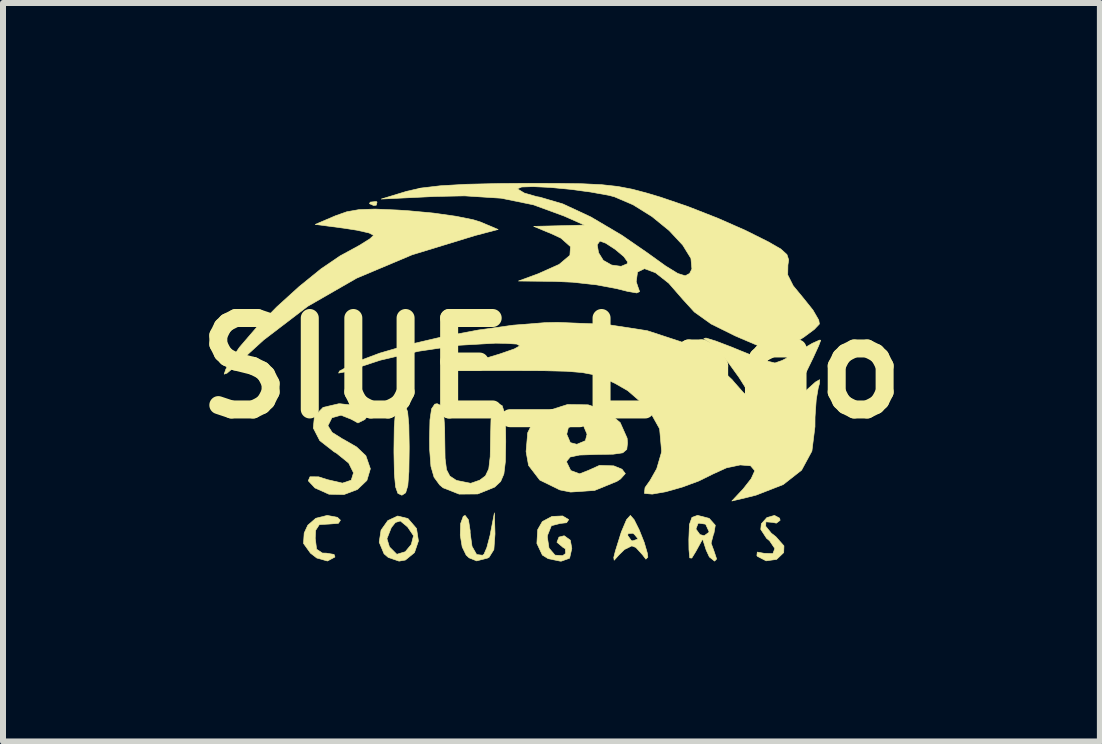
<source format=kicad_pcb>
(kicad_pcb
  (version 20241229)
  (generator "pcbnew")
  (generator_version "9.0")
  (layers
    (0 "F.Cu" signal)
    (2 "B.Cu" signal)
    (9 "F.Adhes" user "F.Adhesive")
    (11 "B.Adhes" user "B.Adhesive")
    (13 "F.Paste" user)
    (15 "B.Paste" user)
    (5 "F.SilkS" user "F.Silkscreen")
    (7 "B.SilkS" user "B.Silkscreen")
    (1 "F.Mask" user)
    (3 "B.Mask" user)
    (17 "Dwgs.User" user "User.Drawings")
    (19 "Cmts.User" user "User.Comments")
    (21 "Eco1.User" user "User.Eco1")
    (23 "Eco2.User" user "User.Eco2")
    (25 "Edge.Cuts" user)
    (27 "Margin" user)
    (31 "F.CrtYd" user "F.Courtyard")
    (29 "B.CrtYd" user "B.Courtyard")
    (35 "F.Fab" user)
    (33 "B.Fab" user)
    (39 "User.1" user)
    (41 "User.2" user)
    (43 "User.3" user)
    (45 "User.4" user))
  (footprint "SIUE_Logo"
    (layer "F.Cu")
    (at 6.14 3.084)
    (property "Reference" "SIUE_Logo" (at 0 0 0) (layer "F.SilkS") (effects (font (size 1.524 1.524) (thickness 0.3))))
    (attr through_hole)
    (fp_poly (pts (xy -2.907 -2.766) (xy -2.919 -2.715) (xy -2.963 -2.709) (xy -3.033 -2.74) (xy -3.02 -2.766) (xy -2.919 -2.776) (xy -2.907 -2.766)) (stroke (width 0.01) (type solid)) (fill yes) (layer "F.SilkS"))
    (fp_poly (pts (xy -3.567 2.487) (xy -3.517 2.535) (xy -3.551 2.587) (xy -3.702 2.599) (xy -3.868 2.608) (xy -3.93 2.703) (xy -3.937 2.836) (xy -3.914 3.018) (xy -3.819 3.082) (xy -3.751 3.084) (xy -3.623 3.105) (xy -3.608 3.148) (xy -3.733 3.215) (xy -3.911 3.165) (xy -4.016 3.084) (xy -4.132 2.922) (xy -4.121 2.749) (xy -4.061 2.619) (xy -3.928 2.503) (xy -3.737 2.455) (xy -3.567 2.487)) (stroke (width 0.01) (type solid)) (fill yes) (layer "F.SilkS"))
    (fp_poly (pts (xy -2.436 0.622) (xy -2.397 0.731) (xy -2.377 0.947) (xy -2.371 1.299) (xy -2.371 1.355) (xy -2.376 1.726) (xy -2.394 1.958) (xy -2.43 2.078) (xy -2.488 2.116) (xy -2.498 2.117) (xy -2.56 2.087) (xy -2.598 1.979) (xy -2.618 1.763) (xy -2.625 1.41) (xy -2.625 1.355) (xy -2.62 0.983) (xy -2.602 0.751) (xy -2.566 0.631) (xy -2.507 0.593) (xy -2.498 0.593) (xy -2.436 0.622)) (stroke (width 0.01) (type solid)) (fill yes) (layer "F.SilkS"))
    (fp_poly (pts (xy -0.941 2.764) (xy -0.96 3.025) (xy -1.04 3.153) (xy -1.065 3.166) (xy -1.247 3.213) (xy -1.373 3.162) (xy -1.422 3.116) (xy -1.488 2.98) (xy -1.52 2.784) (xy -1.514 2.591) (xy -1.47 2.47) (xy -1.439 2.455) (xy -1.383 2.53) (xy -1.355 2.712) (xy -1.355 2.747) (xy -1.324 2.971) (xy -1.247 3.107) (xy -1.148 3.119) (xy -1.124 3.1) (xy -1.077 2.991) (xy -1.023 2.785) (xy -1.013 2.731) (xy -0.951 2.413) (xy -0.941 2.764)) (stroke (width 0.01) (type solid)) (fill yes) (layer "F.SilkS"))
    (fp_poly (pts (xy 3.802 2.501) (xy 3.81 2.537) (xy 3.748 2.584) (xy 3.683 2.571) (xy 3.573 2.562) (xy 3.57 2.636) (xy 3.663 2.751) (xy 3.74 2.811) (xy 3.874 2.963) (xy 3.87 3.075) (xy 3.752 3.188) (xy 3.577 3.212) (xy 3.433 3.138) (xy 3.423 3.124) (xy 3.43 3.066) (xy 3.545 3.087) (xy 3.69 3.091) (xy 3.722 3.007) (xy 3.634 2.877) (xy 3.585 2.837) (xy 3.488 2.688) (xy 3.497 2.595) (xy 3.59 2.491) (xy 3.716 2.455) (xy 3.802 2.501)) (stroke (width 0.01) (type solid)) (fill yes) (layer "F.SilkS"))
    (fp_poly (pts (xy -2.392 2.507) (xy -2.249 2.673) (xy -2.217 2.881) (xy -2.283 3.075) (xy -2.435 3.199) (xy -2.54 3.217) (xy -2.719 3.156) (xy -2.79 3.095) (xy -2.871 2.901) (xy -2.862 2.843) (xy -2.742 2.843) (xy -2.7 2.98) (xy -2.577 3.103) (xy -2.436 3.06) (xy -2.336 2.939) (xy -2.299 2.793) (xy -2.398 2.647) (xy -2.519 2.547) (xy -2.601 2.573) (xy -2.669 2.658) (xy -2.742 2.843) (xy -2.862 2.843) (xy -2.84 2.701) (xy -2.727 2.541) (xy -2.563 2.465) (xy -2.392 2.507)) (stroke (width 0.01) (type solid)) (fill yes) (layer "F.SilkS"))
    (fp_poly (pts (xy 0.287 2.525) (xy 0.252 2.577) (xy 0.144 2.589) (xy -0.002 2.627) (xy -0.065 2.784) (xy -0.069 2.816) (xy -0.041 3) (xy 0.059 3.117) (xy 0.186 3.126) (xy 0.236 3.089) (xy 0.23 3.01) (xy 0.191 2.987) (xy 0.091 2.902) (xy 0.125 2.816) (xy 0.212 2.794) (xy 0.314 2.868) (xy 0.339 3.006) (xy 0.302 3.168) (xy 0.166 3.217) (xy 0.144 3.217) (xy -0.055 3.176) (xy -0.152 3.116) (xy -0.243 2.922) (xy -0.23 2.693) (xy -0.152 2.557) (xy 0.008 2.472) (xy 0.186 2.464) (xy 0.287 2.525)) (stroke (width 0.01) (type solid)) (fill yes) (layer "F.SilkS"))
    (fp_poly (pts (xy 1.377 2.526) (xy 1.462 2.696) (xy 1.545 2.904) (xy 1.598 3.086) (xy 1.606 3.151) (xy 1.573 3.184) (xy 1.517 3.111) (xy 1.406 2.989) (xy 1.339 2.963) (xy 1.217 3.023) (xy 1.127 3.111) (xy 1.045 3.202) (xy 1.038 3.155) (xy 1.065 3.048) (xy 1.146 2.789) (xy 1.27 2.789) (xy 1.331 2.875) (xy 1.355 2.879) (xy 1.437 2.85) (xy 1.439 2.841) (xy 1.38 2.769) (xy 1.355 2.752) (xy 1.277 2.758) (xy 1.27 2.789) (xy 1.146 2.789) (xy 1.163 2.734) (xy 1.251 2.526) (xy 1.315 2.455) (xy 1.377 2.526)) (stroke (width 0.01) (type solid)) (fill yes) (layer "F.SilkS"))
    (fp_poly (pts (xy 2.628 2.504) (xy 2.73 2.619) (xy 2.707 2.755) (xy 2.701 2.761) (xy 2.66 2.918) (xy 2.706 3.043) (xy 2.752 3.181) (xy 2.718 3.217) (xy 2.631 3.147) (xy 2.578 3.033) (xy 2.519 2.849) (xy 2.406 3.055) (xy 2.338 3.166) (xy 2.304 3.163) (xy 2.291 3.025) (xy 2.289 2.857) (xy 2.296 2.682) (xy 2.407 2.682) (xy 2.474 2.774) (xy 2.545 2.794) (xy 2.623 2.737) (xy 2.625 2.723) (xy 2.569 2.601) (xy 2.455 2.584) (xy 2.442 2.59) (xy 2.407 2.682) (xy 2.296 2.682) (xy 2.298 2.609) (xy 2.341 2.488) (xy 2.432 2.455) (xy 2.438 2.455) (xy 2.628 2.504)) (stroke (width 0.01) (type solid)) (fill yes) (layer "F.SilkS"))
    (fp_poly (pts (xy -2.566 -2.634) (xy -2.371 -2.621) (xy -1.965 -2.583) (xy -1.59 -2.53) (xy -1.3 -2.471) (xy -1.185 -2.435) (xy -0.889 -2.31) (xy -1.27 -2.21) (xy -2.325 -1.887) (xy -3.246 -1.499) (xy -4.06 -1.031) (xy -4.796 -0.469) (xy -5.028 -0.258) (xy -5.27 -0.033) (xy -5.406 0.084) (xy -5.454 0.101) (xy -5.429 0.025) (xy -5.376 -0.085) (xy -5.2 -0.346) (xy -4.922 -0.669) (xy -4.579 -1.018) (xy -4.206 -1.357) (xy -3.841 -1.653) (xy -3.522 -1.87) (xy -3.45 -1.909) (xy -3.201 -2.045) (xy -3.025 -2.155) (xy -2.964 -2.213) (xy -3.04 -2.252) (xy -3.238 -2.297) (xy -3.45 -2.33) (xy -3.937 -2.394) (xy -3.598 -2.539) (xy -3.411 -2.605) (xy -3.206 -2.641) (xy -2.939 -2.65) (xy -2.566 -2.634)) (stroke (width 0.01) (type solid)) (fill yes) (layer "F.SilkS"))
    (fp_poly (pts (xy -3.259 0.624) (xy -3.099 0.7) (xy -3.072 0.805) (xy -3.109 0.856) (xy -3.225 0.914) (xy -3.34 0.851) (xy -3.507 0.785) (xy -3.659 0.828) (xy -3.725 0.96) (xy -3.725 0.961) (xy -3.655 1.072) (xy -3.483 1.18) (xy -3.468 1.187) (xy -3.248 1.314) (xy -3.093 1.461) (xy -3.018 1.678) (xy -3.076 1.872) (xy -3.234 2.023) (xy -3.457 2.107) (xy -3.708 2.102) (xy -3.942 1.997) (xy -4.053 1.878) (xy -4.024 1.811) (xy -3.88 1.812) (xy -3.733 1.859) (xy -3.484 1.917) (xy -3.337 1.868) (xy -3.299 1.745) (xy -3.379 1.583) (xy -3.585 1.416) (xy -3.62 1.397) (xy -3.861 1.209) (xy -3.969 0.999) (xy -3.95 0.802) (xy -3.806 0.655) (xy -3.544 0.594) (xy -3.524 0.594) (xy -3.259 0.624)) (stroke (width 0.01) (type solid)) (fill yes) (layer "F.SilkS"))
    (fp_poly (pts (xy -0.822 0.626) (xy -0.782 0.747) (xy -0.765 0.986) (xy -0.762 1.223) (xy -0.768 1.556) (xy -0.793 1.764) (xy -0.847 1.89) (xy -0.943 1.98) (xy -0.95 1.985) (xy -1.23 2.098) (xy -1.539 2.1) (xy -1.806 1.995) (xy -1.863 1.947) (xy -1.957 1.818) (xy -2.009 1.637) (xy -2.03 1.357) (xy -2.032 1.185) (xy -2.025 0.863) (xy -1.998 0.679) (xy -1.945 0.601) (xy -1.905 0.593) (xy -1.836 0.627) (xy -1.797 0.753) (xy -1.78 0.999) (xy -1.778 1.187) (xy -1.773 1.503) (xy -1.749 1.693) (xy -1.694 1.799) (xy -1.596 1.864) (xy -1.577 1.873) (xy -1.346 1.92) (xy -1.196 1.868) (xy -1.1 1.796) (xy -1.045 1.679) (xy -1.021 1.475) (xy -1.016 1.182) (xy -1.008 0.861) (xy -0.981 0.678) (xy -0.928 0.601) (xy -0.889 0.593) (xy -0.822 0.626)) (stroke (width 0.01) (type solid)) (fill yes) (layer "F.SilkS"))
    (fp_poly (pts (xy 0.611 0.612) (xy 0.916 0.717) (xy 1.145 0.908) (xy 1.261 1.169) (xy 1.267 1.249) (xy 1.255 1.355) (xy 1.188 1.412) (xy 1.028 1.435) (xy 0.762 1.439) (xy 0.468 1.449) (xy 0.311 1.482) (xy 0.256 1.549) (xy 0.254 1.569) (xy 0.321 1.707) (xy 0.469 1.762) (xy 0.615 1.705) (xy 0.801 1.621) (xy 1.038 1.629) (xy 1.175 1.685) (xy 1.231 1.758) (xy 1.151 1.847) (xy 1.091 1.887) (xy 0.719 2.039) (xy 0.319 2.066) (xy 0.139 2.03) (xy -0.195 1.866) (xy -0.382 1.622) (xy -0.423 1.391) (xy -0.398 1.101) (xy 0.254 1.101) (xy 0.314 1.242) (xy 0.423 1.27) (xy 0.565 1.21) (xy 0.593 1.101) (xy 0.533 0.959) (xy 0.423 0.931) (xy 0.282 0.991) (xy 0.254 1.101) (xy -0.398 1.101) (xy -0.396 1.077) (xy -0.294 0.872) (xy -0.091 0.723) (xy -0.079 0.717) (xy 0.267 0.607) (xy 0.611 0.612)) (stroke (width 0.01) (type solid)) (fill yes) (layer "F.SilkS"))
    (fp_poly (pts (xy 0.917 -0.728) (xy 1.596 -0.623) (xy 2.158 -0.439) (xy 2.622 -0.169) (xy 3.009 0.192) (xy 3.05 0.241) (xy 3.196 0.406) (xy 3.287 0.484) (xy 3.302 0.479) (xy 3.252 0.356) (xy 3.126 0.156) (xy 2.962 -0.071) (xy 2.795 -0.275) (xy 2.663 -0.405) (xy 2.644 -0.418) (xy 2.539 -0.49) (xy 2.574 -0.501) (xy 2.732 -0.453) (xy 2.997 -0.352) (xy 3.133 -0.296) (xy 3.407 -0.186) (xy 3.622 -0.11) (xy 3.724 -0.085) (xy 3.844 -0.127) (xy 4.045 -0.234) (xy 4.15 -0.297) (xy 4.347 -0.413) (xy 4.468 -0.467) (xy 4.487 -0.464) (xy 4.452 -0.371) (xy 4.36 -0.17) (xy 4.23 0.097) (xy 4.224 0.108) (xy 3.96 0.635) (xy 4.234 0.381) (xy 4.4 0.232) (xy 4.469 0.193) (xy 4.466 0.258) (xy 4.446 0.327) (xy 4.412 0.527) (xy 4.392 0.814) (xy 4.391 0.976) (xy 4.34 1.383) (xy 4.168 1.701) (xy 3.862 1.941) (xy 3.41 2.117) (xy 3.26 2.155) (xy 3.006 2.215) (xy 3.196 2.012) (xy 3.328 1.843) (xy 3.387 1.713) (xy 3.387 1.709) (xy 3.318 1.628) (xy 3.145 1.614) (xy 2.917 1.662) (xy 2.684 1.768) (xy 2.677 1.772) (xy 2.456 1.881) (xy 2.182 1.982) (xy 1.907 2.06) (xy 1.68 2.1) (xy 1.554 2.089) (xy 1.549 2.086) (xy 1.559 1.992) (xy 1.645 1.87) (xy 1.754 1.677) (xy 1.829 1.419) (xy 1.835 1.382) (xy 1.802 1.012) (xy 1.611 0.671) (xy 1.271 0.376) (xy 1.058 0.254) (xy 0.878 0.17) (xy 0.708 0.111) (xy 0.511 0.074) (xy 0.252 0.053) (xy -0.105 0.044) (xy -0.578 0.042) (xy -1.791 0.042) (xy -1.255 -0.116) (xy -0.859 -0.236) (xy -0.62 -0.319) (xy -0.528 -0.371) (xy -0.578 -0.4) (xy -0.761 -0.412) (xy -0.931 -0.415) (xy -1.545 -0.38) (xy -2.212 -0.281) (xy -2.851 -0.132) (xy -3.217 -0.012) (xy -3.435 0.062) (xy -3.547 0.083) (xy -3.533 0.05) (xy -3.264 -0.098) (xy -2.862 -0.249) (xy -2.363 -0.394) (xy -1.802 -0.525) (xy -1.216 -0.635) (xy -0.64 -0.715) (xy -0.11 -0.757) (xy 0.101 -0.762) (xy 0.917 -0.728)) (stroke (width 0.01) (type solid)) (fill yes) (layer "F.SilkS"))
    (fp_poly (pts (xy 0.091 -3.078) (xy 0.514 -3.072) (xy 0.84 -3.056) (xy 1.105 -3.027) (xy 1.346 -2.981) (xy 1.598 -2.914) (xy 1.818 -2.848) (xy 2.272 -2.693) (xy 2.775 -2.496) (xy 3.227 -2.297) (xy 3.284 -2.269) (xy 3.616 -2.103) (xy 3.821 -1.985) (xy 3.924 -1.892) (xy 3.953 -1.803) (xy 3.94 -1.717) (xy 3.937 -1.553) (xy 4.028 -1.372) (xy 4.193 -1.172) (xy 4.358 -0.966) (xy 4.454 -0.8) (xy 4.465 -0.735) (xy 4.38 -0.645) (xy 4.205 -0.515) (xy 3.996 -0.384) (xy 3.814 -0.287) (xy 3.725 -0.261) (xy 3.633 -0.295) (xy 3.426 -0.381) (xy 3.144 -0.501) (xy 3.061 -0.537) (xy 2.661 -0.735) (xy 2.381 -0.935) (xy 2.189 -1.145) (xy 1.955 -1.414) (xy 1.733 -1.589) (xy 1.55 -1.657) (xy 1.434 -1.601) (xy 1.412 -1.44) (xy 1.441 -1.352) (xy 1.469 -1.275) (xy 1.422 -1.252) (xy 1.266 -1.279) (xy 1.078 -1.326) (xy 0.753 -1.387) (xy 0.356 -1.431) (xy 0.045 -1.445) (xy -0.55 -1.451) (xy -0.221 -1.572) (xy 0.128 -1.728) (xy 0.307 -1.879) (xy 0.317 -2.024) (xy 0.282 -2.055) (xy 0.762 -2.055) (xy 0.785 -1.922) (xy 0.864 -1.795) (xy 1.003 -1.717) (xy 1.16 -1.696) (xy 1.261 -1.738) (xy 1.27 -1.768) (xy 1.207 -1.857) (xy 1.063 -1.978) (xy 0.905 -2.081) (xy 0.807 -2.117) (xy 0.762 -2.055) (xy 0.282 -2.055) (xy 0.158 -2.165) (xy 0.021 -2.23) (xy -0.296 -2.362) (xy 0.127 -2.372) (xy 0.55 -2.383) (xy 0.212 -2.533) (xy -0.301 -2.721) (xy -0.838 -2.831) (xy -1.447 -2.87) (xy -1.939 -2.86) (xy -2.836 -2.817) (xy -2.413 -2.946) (xy -2.223 -2.989) (xy -0.565 -2.989) (xy -0.563 -2.984) (xy -0.453 -2.917) (xy -0.245 -2.857) (xy -0.192 -2.848) (xy 0.191 -2.735) (xy 0.657 -2.518) (xy 1.172 -2.214) (xy 1.597 -1.921) (xy 1.903 -1.701) (xy 2.105 -1.577) (xy 2.229 -1.538) (xy 2.302 -1.577) (xy 2.34 -1.652) (xy 2.324 -1.828) (xy 2.187 -2.05) (xy 1.961 -2.292) (xy 1.675 -2.525) (xy 1.361 -2.721) (xy 1.051 -2.854) (xy 0.958 -2.879) (xy 0.645 -2.935) (xy 0.305 -2.98) (xy -0.024 -3.011) (xy -0.304 -3.024) (xy -0.497 -3.018) (xy -0.565 -2.989) (xy -2.223 -2.989) (xy -2.176 -3) (xy -1.854 -3.038) (xy -1.425 -3.063) (xy -0.863 -3.076) (xy -0.466 -3.079) (xy 0.091 -3.078)) (stroke (width 0.01) (type solid)) (fill yes) (layer "F.SilkS")))
  (gr_rect
    (start -3 -3)
    (end 15.279 9.306)
    (stroke (width 0.1) (type default))
    (fill no)
    (layer "Edge.Cuts")))
</source>
